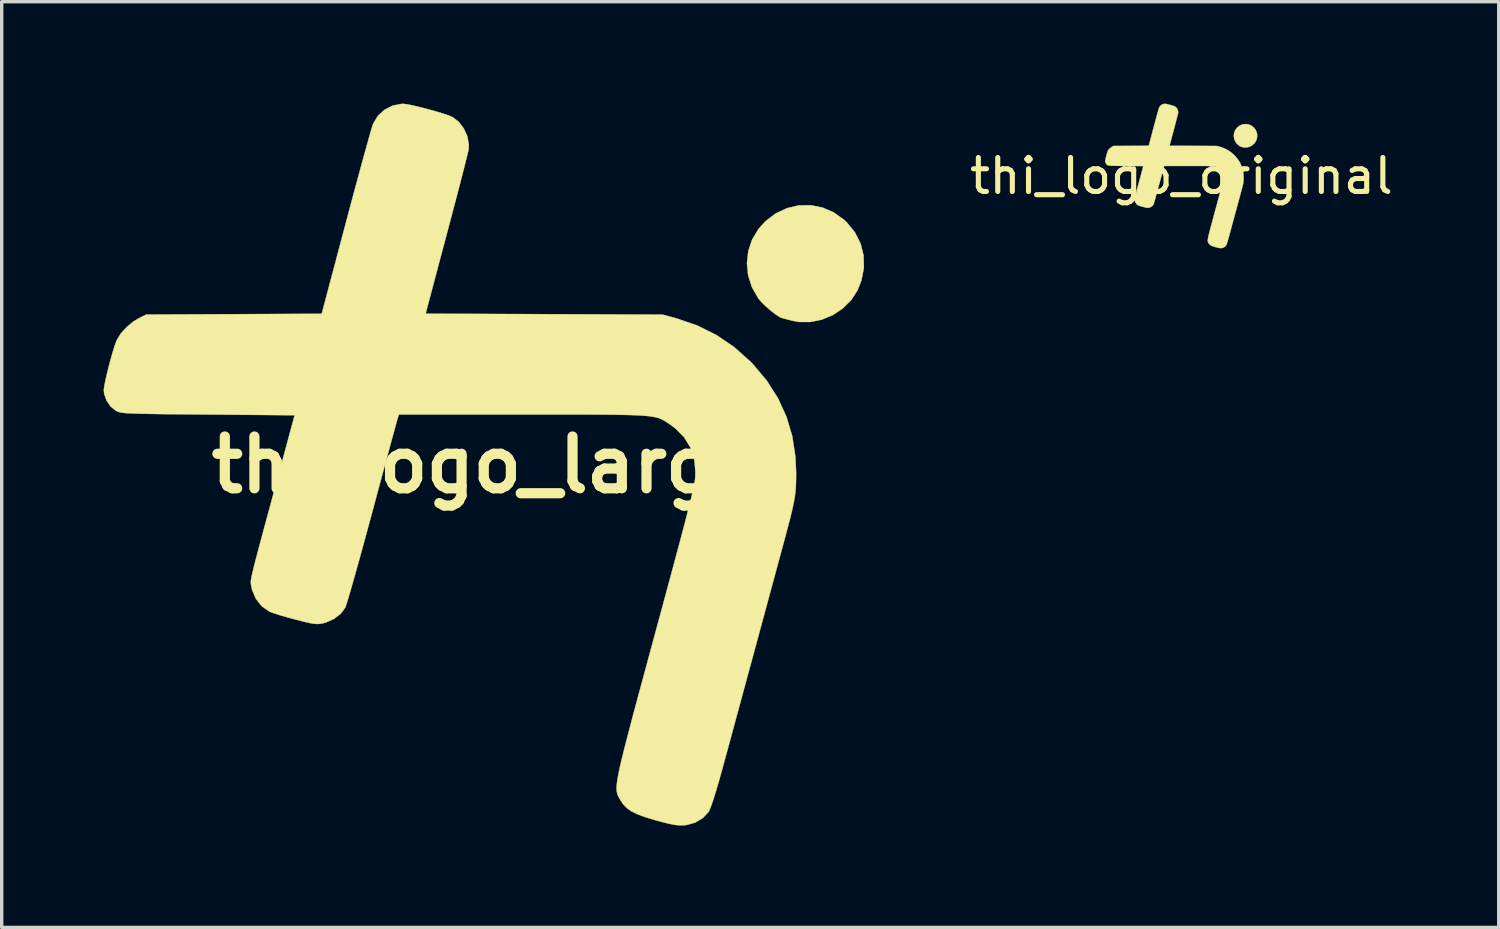
<source format=kicad_pcb>
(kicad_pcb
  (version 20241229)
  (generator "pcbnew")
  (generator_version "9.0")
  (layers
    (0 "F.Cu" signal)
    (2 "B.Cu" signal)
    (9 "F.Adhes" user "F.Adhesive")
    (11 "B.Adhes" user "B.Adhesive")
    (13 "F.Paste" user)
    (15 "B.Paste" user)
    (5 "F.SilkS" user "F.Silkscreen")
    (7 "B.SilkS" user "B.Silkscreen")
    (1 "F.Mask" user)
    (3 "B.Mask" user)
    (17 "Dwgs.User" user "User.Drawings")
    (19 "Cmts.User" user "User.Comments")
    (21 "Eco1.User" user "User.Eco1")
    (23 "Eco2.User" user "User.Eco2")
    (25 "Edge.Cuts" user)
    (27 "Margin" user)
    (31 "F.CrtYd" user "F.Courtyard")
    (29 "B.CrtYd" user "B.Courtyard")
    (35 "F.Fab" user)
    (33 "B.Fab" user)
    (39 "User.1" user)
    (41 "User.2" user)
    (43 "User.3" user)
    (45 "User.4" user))
  (footprint "thi_logo_large"
    (layer "F.Cu")
    (at 11.223 10.631)
    (property "Reference" "thi_logo_large" (at 0 0 0) (layer "F.SilkS") (effects (font (size 1.524 1.524) (thickness 0.3))))
    (attr through_hole)
    (fp_poly (pts (xy 9.934 -7.573) (xy 10.265 -7.43) (xy 10.569 -7.212) (xy 10.65 -7.136) (xy 10.89 -6.839) (xy 11.055 -6.511) (xy 11.143 -6.161) (xy 11.151 -5.797) (xy 11.08 -5.429) (xy 10.965 -5.139) (xy 10.778 -4.849) (xy 10.531 -4.604) (xy 10.24 -4.41) (xy 9.917 -4.275) (xy 9.577 -4.205) (xy 9.235 -4.205) (xy 8.996 -4.253) (xy 8.871 -4.288) (xy 8.782 -4.311) (xy 8.757 -4.316) (xy 8.677 -4.348) (xy 8.556 -4.426) (xy 8.414 -4.535) (xy 8.269 -4.66) (xy 8.14 -4.786) (xy 8.045 -4.898) (xy 8.042 -4.901) (xy 7.855 -5.231) (xy 7.744 -5.579) (xy 7.709 -5.936) (xy 7.748 -6.289) (xy 7.861 -6.628) (xy 8.047 -6.94) (xy 8.251 -7.167) (xy 8.555 -7.399) (xy 8.887 -7.555) (xy 9.234 -7.636) (xy 9.586 -7.642) (xy 9.934 -7.573)) (stroke (width 0.01) (type solid)) (fill yes) (layer "F.SilkS"))
    (fp_poly (pts (xy -2.304 -10.614) (xy -2.137 -10.581) (xy -1.929 -10.532) (xy -1.7 -10.473) (xy -1.469 -10.41) (xy -1.257 -10.346) (xy -1.084 -10.289) (xy -0.968 -10.242) (xy -0.964 -10.24) (xy -0.776 -10.1) (xy -0.624 -9.902) (xy -0.519 -9.67) (xy -0.475 -9.427) (xy -0.481 -9.293) (xy -0.496 -9.22) (xy -0.531 -9.074) (xy -0.584 -8.863) (xy -0.652 -8.594) (xy -0.734 -8.276) (xy -0.827 -7.918) (xy -0.93 -7.527) (xy -1.04 -7.112) (xy -1.096 -6.9) (xy -1.208 -6.478) (xy -1.315 -6.078) (xy -1.413 -5.708) (xy -1.501 -5.375) (xy -1.577 -5.089) (xy -1.639 -4.857) (xy -1.684 -4.686) (xy -1.71 -4.585) (xy -1.716 -4.563) (xy -1.744 -4.449) (xy 5.228 -4.422) (xy 5.642 -4.309) (xy 6.249 -4.101) (xy 6.812 -3.821) (xy 7.331 -3.469) (xy 7.81 -3.042) (xy 7.887 -2.963) (xy 8.295 -2.477) (xy 8.623 -1.963) (xy 8.872 -1.419) (xy 9.044 -0.843) (xy 9.137 -0.233) (xy 9.157 0.212) (xy 9.156 0.417) (xy 9.151 0.595) (xy 9.14 0.761) (xy 9.12 0.927) (xy 9.089 1.106) (xy 9.045 1.313) (xy 8.985 1.56) (xy 8.906 1.861) (xy 8.808 2.229) (xy 8.801 2.252) (xy 8.719 2.557) (xy 8.617 2.934) (xy 8.499 3.369) (xy 8.368 3.853) (xy 8.227 4.374) (xy 8.079 4.92) (xy 7.927 5.482) (xy 7.773 6.046) (xy 7.622 6.604) (xy 7.476 7.142) (xy 7.338 7.65) (xy 7.212 8.117) (xy 7.099 8.531) (xy 7.003 8.882) (xy 7.001 8.89) (xy 6.893 9.281) (xy 6.796 9.612) (xy 6.712 9.878) (xy 6.644 10.073) (xy 6.593 10.192) (xy 6.582 10.211) (xy 6.414 10.392) (xy 6.192 10.525) (xy 5.934 10.599) (xy 5.853 10.608) (xy 5.726 10.61) (xy 5.584 10.595) (xy 5.409 10.56) (xy 5.182 10.503) (xy 5.024 10.46) (xy 4.719 10.368) (xy 4.484 10.282) (xy 4.306 10.195) (xy 4.171 10.099) (xy 4.066 9.987) (xy 3.995 9.88) (xy 3.961 9.823) (xy 3.931 9.771) (xy 3.907 9.719) (xy 3.888 9.662) (xy 3.876 9.595) (xy 3.872 9.514) (xy 3.878 9.414) (xy 3.893 9.29) (xy 3.919 9.137) (xy 3.957 8.951) (xy 4.008 8.727) (xy 4.074 8.459) (xy 4.154 8.144) (xy 4.25 7.776) (xy 4.362 7.35) (xy 4.493 6.862) (xy 4.643 6.308) (xy 4.812 5.681) (xy 5.003 4.978) (xy 5.021 4.911) (xy 5.209 4.218) (xy 5.375 3.602) (xy 5.522 3.058) (xy 5.65 2.58) (xy 5.761 2.165) (xy 5.856 1.806) (xy 5.936 1.499) (xy 6.002 1.24) (xy 6.056 1.022) (xy 6.1 0.841) (xy 6.133 0.692) (xy 6.158 0.57) (xy 6.175 0.471) (xy 6.186 0.388) (xy 6.193 0.318) (xy 6.195 0.255) (xy 6.196 0.212) (xy 6.158 -0.17) (xy 6.044 -0.514) (xy 5.856 -0.818) (xy 5.595 -1.08) (xy 5.455 -1.183) (xy 5.38 -1.234) (xy 5.312 -1.278) (xy 5.247 -1.317) (xy 5.178 -1.351) (xy 5.1 -1.38) (xy 5.008 -1.404) (xy 4.895 -1.424) (xy 4.755 -1.44) (xy 4.585 -1.453) (xy 4.376 -1.463) (xy 4.125 -1.47) (xy 3.826 -1.476) (xy 3.472 -1.479) (xy 3.058 -1.481) (xy 2.579 -1.482) (xy 2.029 -1.482) (xy 1.402 -1.482) (xy 1.117 -1.482) (xy -2.533 -1.482) (xy -2.577 -1.344) (xy -2.595 -1.28) (xy -2.633 -1.141) (xy -2.69 -0.935) (xy -2.762 -0.67) (xy -2.848 -0.352) (xy -2.946 0.012) (xy -3.055 0.413) (xy -3.171 0.844) (xy -3.293 1.299) (xy -3.325 1.418) (xy -3.45 1.879) (xy -3.57 2.319) (xy -3.683 2.73) (xy -3.788 3.106) (xy -3.882 3.439) (xy -3.963 3.722) (xy -4.029 3.946) (xy -4.078 4.106) (xy -4.108 4.193) (xy -4.112 4.202) (xy -4.245 4.38) (xy -4.439 4.53) (xy -4.67 4.635) (xy -4.756 4.659) (xy -4.847 4.677) (xy -4.933 4.683) (xy -5.031 4.677) (xy -5.157 4.655) (xy -5.329 4.615) (xy -5.565 4.555) (xy -5.589 4.549) (xy -5.818 4.487) (xy -6.03 4.426) (xy -6.205 4.37) (xy -6.324 4.327) (xy -6.35 4.316) (xy -6.574 4.157) (xy -6.745 3.939) (xy -6.855 3.675) (xy -6.877 3.571) (xy -6.884 3.533) (xy -6.889 3.5) (xy -6.892 3.464) (xy -6.89 3.42) (xy -6.883 3.362) (xy -6.868 3.282) (xy -6.845 3.176) (xy -6.811 3.037) (xy -6.766 2.858) (xy -6.707 2.634) (xy -6.634 2.358) (xy -6.544 2.024) (xy -6.437 1.626) (xy -6.31 1.157) (xy -6.186 0.699) (xy -5.603 -1.46) (xy -8.146 -1.482) (xy -8.674 -1.486) (xy -9.124 -1.49) (xy -9.503 -1.494) (xy -9.818 -1.499) (xy -10.075 -1.503) (xy -10.28 -1.509) (xy -10.442 -1.515) (xy -10.566 -1.523) (xy -10.659 -1.532) (xy -10.728 -1.544) (xy -10.78 -1.557) (xy -10.822 -1.572) (xy -10.858 -1.59) (xy -11.014 -1.713) (xy -11.136 -1.889) (xy -11.207 -2.09) (xy -11.218 -2.2) (xy -11.206 -2.304) (xy -11.174 -2.47) (xy -11.127 -2.678) (xy -11.07 -2.908) (xy -11.007 -3.142) (xy -10.944 -3.36) (xy -10.886 -3.543) (xy -10.838 -3.67) (xy -10.719 -3.865) (xy -10.544 -4.058) (xy -10.337 -4.227) (xy -10.18 -4.32) (xy -9.97 -4.424) (xy -7.387 -4.435) (xy -4.805 -4.447) (xy -4.089 -7.145) (xy -3.965 -7.613) (xy -3.844 -8.062) (xy -3.73 -8.484) (xy -3.625 -8.871) (xy -3.53 -9.216) (xy -3.447 -9.512) (xy -3.38 -9.751) (xy -3.328 -9.925) (xy -3.296 -10.028) (xy -3.29 -10.045) (xy -3.151 -10.273) (xy -2.954 -10.453) (xy -2.714 -10.574) (xy -2.449 -10.625) (xy -2.411 -10.626) (xy -2.304 -10.614)) (stroke (width 0.01) (type solid)) (fill yes) (layer "F.SilkS")))
  (footprint "thi_logo_original"
    (layer "F.Cu")
    (at 31.719 2.13)
    (property "Reference" "thi_logo_original" (at 0 0 0) (layer "F.SilkS") (effects (font (size 1 1) (thickness 0.15))))
    (attr through_hole)
    (fp_poly (pts (xy 1.987 -1.515) (xy 2.053 -1.486) (xy 2.114 -1.442) (xy 2.13 -1.427) (xy 2.178 -1.368) (xy 2.211 -1.302) (xy 2.229 -1.232) (xy 2.23 -1.159) (xy 2.216 -1.086) (xy 2.193 -1.028) (xy 2.156 -0.97) (xy 2.106 -0.921) (xy 2.048 -0.882) (xy 1.983 -0.855) (xy 1.915 -0.841) (xy 1.847 -0.841) (xy 1.799 -0.851) (xy 1.774 -0.858) (xy 1.756 -0.862) (xy 1.751 -0.863) (xy 1.735 -0.87) (xy 1.711 -0.885) (xy 1.683 -0.907) (xy 1.654 -0.932) (xy 1.628 -0.957) (xy 1.609 -0.98) (xy 1.608 -0.98) (xy 1.571 -1.046) (xy 1.549 -1.116) (xy 1.542 -1.187) (xy 1.55 -1.258) (xy 1.572 -1.326) (xy 1.609 -1.388) (xy 1.65 -1.433) (xy 1.711 -1.48) (xy 1.777 -1.511) (xy 1.847 -1.527) (xy 1.917 -1.528) (xy 1.987 -1.515)) (stroke (width 0.01) (type solid)) (fill yes) (layer "F.SilkS"))
    (fp_poly (pts (xy -0.461 -2.123) (xy -0.427 -2.116) (xy -0.386 -2.106) (xy -0.34 -2.095) (xy -0.294 -2.082) (xy -0.251 -2.069) (xy -0.217 -2.058) (xy -0.194 -2.048) (xy -0.193 -2.048) (xy -0.155 -2.02) (xy -0.125 -1.98) (xy -0.104 -1.934) (xy -0.095 -1.885) (xy -0.096 -1.859) (xy -0.099 -1.844) (xy -0.106 -1.815) (xy -0.117 -1.773) (xy -0.13 -1.719) (xy -0.147 -1.655) (xy -0.165 -1.584) (xy -0.186 -1.505) (xy -0.208 -1.422) (xy -0.219 -1.38) (xy -0.242 -1.296) (xy -0.263 -1.216) (xy -0.283 -1.142) (xy -0.3 -1.075) (xy -0.315 -1.018) (xy -0.328 -0.971) (xy -0.337 -0.937) (xy -0.342 -0.917) (xy -0.343 -0.913) (xy -0.349 -0.89) (xy 0.348 -0.887) (xy 1.046 -0.884) (xy 1.128 -0.862) (xy 1.25 -0.82) (xy 1.362 -0.764) (xy 1.466 -0.694) (xy 1.562 -0.608) (xy 1.577 -0.593) (xy 1.659 -0.495) (xy 1.725 -0.393) (xy 1.774 -0.284) (xy 1.809 -0.169) (xy 1.827 -0.047) (xy 1.831 0.042) (xy 1.831 0.083) (xy 1.83 0.119) (xy 1.828 0.152) (xy 1.824 0.185) (xy 1.818 0.221) (xy 1.809 0.263) (xy 1.797 0.312) (xy 1.781 0.372) (xy 1.762 0.446) (xy 1.76 0.45) (xy 1.744 0.511) (xy 1.723 0.587) (xy 1.7 0.674) (xy 1.674 0.771) (xy 1.645 0.875) (xy 1.616 0.984) (xy 1.585 1.096) (xy 1.555 1.209) (xy 1.524 1.321) (xy 1.495 1.428) (xy 1.468 1.53) (xy 1.442 1.623) (xy 1.42 1.706) (xy 1.401 1.776) (xy 1.4 1.778) (xy 1.379 1.856) (xy 1.359 1.922) (xy 1.342 1.976) (xy 1.329 2.015) (xy 1.319 2.038) (xy 1.316 2.042) (xy 1.283 2.078) (xy 1.238 2.105) (xy 1.187 2.12) (xy 1.171 2.122) (xy 1.145 2.122) (xy 1.117 2.119) (xy 1.082 2.112) (xy 1.036 2.101) (xy 1.005 2.092) (xy 0.944 2.074) (xy 0.897 2.056) (xy 0.861 2.039) (xy 0.834 2.02) (xy 0.813 1.997) (xy 0.799 1.976) (xy 0.792 1.965) (xy 0.786 1.954) (xy 0.781 1.944) (xy 0.778 1.932) (xy 0.775 1.919) (xy 0.774 1.903) (xy 0.776 1.883) (xy 0.779 1.858) (xy 0.784 1.827) (xy 0.791 1.79) (xy 0.802 1.745) (xy 0.815 1.692) (xy 0.831 1.629) (xy 0.85 1.555) (xy 0.872 1.47) (xy 0.899 1.372) (xy 0.929 1.262) (xy 0.962 1.136) (xy 1.001 0.996) (xy 1.004 0.982) (xy 1.042 0.844) (xy 1.075 0.72) (xy 1.104 0.612) (xy 1.13 0.516) (xy 1.152 0.433) (xy 1.171 0.361) (xy 1.187 0.3) (xy 1.2 0.248) (xy 1.211 0.204) (xy 1.22 0.168) (xy 1.227 0.138) (xy 1.232 0.114) (xy 1.235 0.094) (xy 1.237 0.078) (xy 1.239 0.064) (xy 1.239 0.051) (xy 1.239 0.042) (xy 1.232 -0.034) (xy 1.209 -0.103) (xy 1.171 -0.164) (xy 1.119 -0.216) (xy 1.091 -0.237) (xy 1.076 -0.247) (xy 1.062 -0.256) (xy 1.049 -0.263) (xy 1.036 -0.27) (xy 1.02 -0.276) (xy 1.002 -0.281) (xy 0.979 -0.285) (xy 0.951 -0.288) (xy 0.917 -0.291) (xy 0.875 -0.293) (xy 0.825 -0.294) (xy 0.765 -0.295) (xy 0.694 -0.296) (xy 0.612 -0.296) (xy 0.516 -0.296) (xy 0.406 -0.296) (xy 0.28 -0.296) (xy 0.223 -0.296) (xy -0.507 -0.296) (xy -0.515 -0.269) (xy -0.519 -0.256) (xy -0.527 -0.228) (xy -0.538 -0.187) (xy -0.552 -0.134) (xy -0.57 -0.07) (xy -0.589 0.002) (xy -0.611 0.083) (xy -0.634 0.169) (xy -0.659 0.26) (xy -0.665 0.284) (xy -0.69 0.376) (xy -0.714 0.464) (xy -0.737 0.546) (xy -0.758 0.621) (xy -0.776 0.688) (xy -0.793 0.744) (xy -0.806 0.789) (xy -0.816 0.821) (xy -0.822 0.839) (xy -0.822 0.84) (xy -0.849 0.876) (xy -0.888 0.906) (xy -0.934 0.927) (xy -0.951 0.932) (xy -0.969 0.935) (xy -0.987 0.937) (xy -1.006 0.935) (xy -1.031 0.931) (xy -1.066 0.923) (xy -1.113 0.911) (xy -1.118 0.91) (xy -1.164 0.897) (xy -1.206 0.885) (xy -1.241 0.874) (xy -1.265 0.865) (xy -1.27 0.863) (xy -1.315 0.831) (xy -1.349 0.788) (xy -1.371 0.735) (xy -1.375 0.714) (xy -1.377 0.707) (xy -1.378 0.7) (xy -1.378 0.693) (xy -1.378 0.684) (xy -1.377 0.672) (xy -1.374 0.656) (xy -1.369 0.635) (xy -1.362 0.607) (xy -1.353 0.572) (xy -1.341 0.527) (xy -1.327 0.472) (xy -1.309 0.405) (xy -1.287 0.325) (xy -1.262 0.231) (xy -1.237 0.14) (xy -1.121 -0.292) (xy -1.629 -0.296) (xy -1.735 -0.297) (xy -1.825 -0.298) (xy -1.901 -0.299) (xy -1.964 -0.3) (xy -2.015 -0.301) (xy -2.056 -0.302) (xy -2.088 -0.303) (xy -2.113 -0.305) (xy -2.132 -0.306) (xy -2.146 -0.309) (xy -2.156 -0.311) (xy -2.164 -0.314) (xy -2.172 -0.318) (xy -2.203 -0.343) (xy -2.227 -0.378) (xy -2.241 -0.418) (xy -2.244 -0.44) (xy -2.241 -0.461) (xy -2.235 -0.494) (xy -2.225 -0.536) (xy -2.214 -0.582) (xy -2.201 -0.628) (xy -2.189 -0.672) (xy -2.177 -0.709) (xy -2.168 -0.734) (xy -2.144 -0.773) (xy -2.109 -0.812) (xy -2.067 -0.845) (xy -2.036 -0.864) (xy -1.994 -0.885) (xy -1.477 -0.887) (xy -0.961 -0.889) (xy -0.818 -1.429) (xy -0.793 -1.523) (xy -0.769 -1.612) (xy -0.746 -1.697) (xy -0.725 -1.774) (xy -0.706 -1.843) (xy -0.689 -1.902) (xy -0.676 -1.95) (xy -0.666 -1.985) (xy -0.659 -2.006) (xy -0.658 -2.009) (xy -0.63 -2.055) (xy -0.591 -2.091) (xy -0.543 -2.115) (xy -0.49 -2.125) (xy -0.482 -2.125) (xy -0.461 -2.123)) (stroke (width 0.01) (type solid)) (fill yes) (layer "F.SilkS")))
  (gr_rect
    (start -3 -3)
    (end 41.058 24.245)
    (stroke (width 0.1) (type default))
    (fill no)
    (layer "Edge.Cuts")))
</source>
